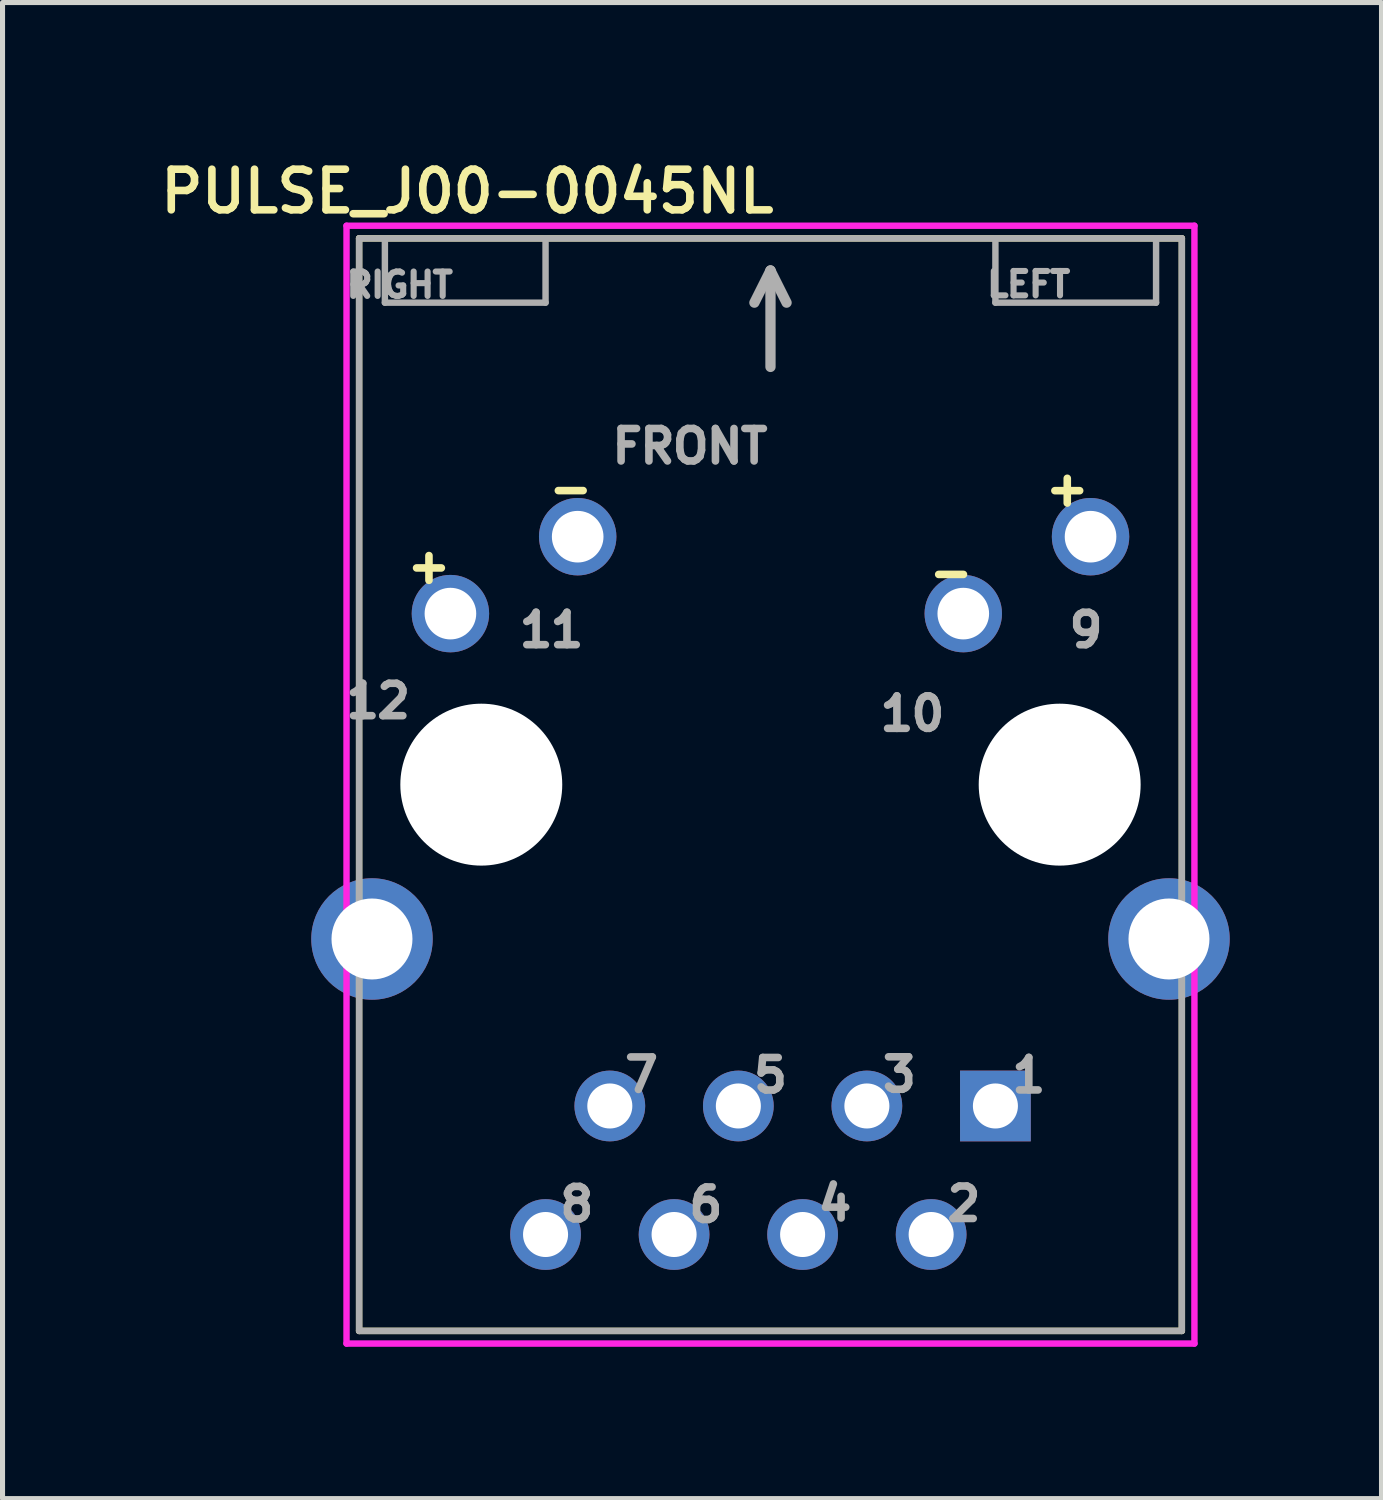
<source format=kicad_pcb>
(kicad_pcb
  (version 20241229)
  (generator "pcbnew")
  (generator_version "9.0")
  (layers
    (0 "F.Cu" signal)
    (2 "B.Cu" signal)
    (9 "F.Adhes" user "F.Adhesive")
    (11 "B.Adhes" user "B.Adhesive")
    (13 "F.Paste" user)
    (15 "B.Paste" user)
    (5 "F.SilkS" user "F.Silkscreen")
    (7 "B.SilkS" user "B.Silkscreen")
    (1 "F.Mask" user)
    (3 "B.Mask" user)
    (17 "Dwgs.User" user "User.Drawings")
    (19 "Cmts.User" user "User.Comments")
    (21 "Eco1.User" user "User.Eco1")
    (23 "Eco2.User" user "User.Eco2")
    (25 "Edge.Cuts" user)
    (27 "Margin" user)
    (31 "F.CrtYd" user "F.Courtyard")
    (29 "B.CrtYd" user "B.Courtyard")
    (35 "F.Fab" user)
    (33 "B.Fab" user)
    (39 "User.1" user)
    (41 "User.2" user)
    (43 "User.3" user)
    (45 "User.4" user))
  (footprint "PULSE_J00-0045NL"
    (layer "F.Cu")
    (at 12.176 12.456)
    (property "Reference" "PULSE_J00-0045NL" (at -5.991 -11.723 0) (layer "F.SilkS") (effects (font (size 0.803 0.803) (thickness 0.15))))
    (attr through_hole)
    (fp_line (start -8.13 -10.795) (end 8.13 -10.795) (stroke (width 0.127) (type solid)) (layer "F.SilkS"))
    (fp_line (start -8.13 10.795) (end -8.13 -10.795) (stroke (width 0.127) (type solid)) (layer "F.SilkS"))
    (fp_line (start 8.13 -10.795) (end 8.13 10.795) (stroke (width 0.127) (type solid)) (layer "F.SilkS"))
    (fp_line (start 8.13 10.795) (end -8.13 10.795) (stroke (width 0.127) (type solid)) (layer "F.SilkS"))
    (fp_line (start -8.378 -11.045) (end -8.378 11.045) (stroke (width 0.127) (type solid)) (layer "F.CrtYd"))
    (fp_line (start -8.378 11.045) (end 8.378 11.045) (stroke (width 0.127) (type solid)) (layer "F.CrtYd"))
    (fp_line (start 8.378 -11.045) (end -8.378 -11.045) (stroke (width 0.127) (type solid)) (layer "F.CrtYd"))
    (fp_line (start 8.378 11.045) (end 8.378 -11.045) (stroke (width 0.127) (type solid)) (layer "F.CrtYd"))
    (fp_line (start -8.128 -10.795) (end -8.128 10.795) (stroke (width 0.127) (type solid)) (layer "F.Fab"))
    (fp_line (start -8.128 10.795) (end 8.128 10.795) (stroke (width 0.127) (type solid)) (layer "F.Fab"))
    (fp_line (start -7.62 -10.795) (end -7.62 -9.525) (stroke (width 0.127) (type solid)) (layer "F.Fab"))
    (fp_line (start -7.62 -9.525) (end -4.445 -9.525) (stroke (width 0.127) (type solid)) (layer "F.Fab"))
    (fp_line (start -4.445 -9.525) (end -4.445 -10.795) (stroke (width 0.127) (type solid)) (layer "F.Fab"))
    (fp_line (start 0 -10.16) (end -0.318 -9.525) (stroke (width 0.203) (type solid)) (layer "F.Fab"))
    (fp_line (start 0 -10.16) (end 0 -8.255) (stroke (width 0.203) (type solid)) (layer "F.Fab"))
    (fp_line (start 0.318 -9.525) (end 0 -10.16) (stroke (width 0.203) (type solid)) (layer "F.Fab"))
    (fp_line (start 4.445 -10.795) (end 4.445 -9.525) (stroke (width 0.127) (type solid)) (layer "F.Fab"))
    (fp_line (start 4.445 -9.525) (end 7.62 -9.525) (stroke (width 0.127) (type solid)) (layer "F.Fab"))
    (fp_line (start 7.62 -9.525) (end 7.62 -10.795) (stroke (width 0.127) (type solid)) (layer "F.Fab"))
    (fp_line (start 8.128 -10.795) (end -8.128 -10.795) (stroke (width 0.127) (type solid)) (layer "F.Fab"))
    (fp_line (start 8.128 10.795) (end 8.128 -10.795) (stroke (width 0.127) (type solid)) (layer "F.Fab"))
    (fp_text user "-" (at 3.569 -4.199 0) (layer "F.SilkS") (effects (font (size 0.642 0.642) (thickness 0.15))))
    (fp_text user "-" (at -3.947 -5.856 0) (layer "F.SilkS") (effects (font (size 0.642 0.642) (thickness 0.15))))
    (fp_text user "+" (at -6.749 -4.327 0) (layer "F.SilkS") (effects (font (size 0.642 0.642) (thickness 0.15))))
    (fp_text user "+" (at 5.865 -5.854 0) (layer "F.SilkS") (effects (font (size 0.642 0.642) (thickness 0.15))))
    (fp_text user "6" (at -1.277 8.303 0) (layer "F.Fab") (effects (font (size 0.644 0.644) (thickness 0.15))))
    (fp_text user "7" (at -2.549 5.734 0) (layer "F.Fab") (effects (font (size 0.642 0.642) (thickness 0.15))))
    (fp_text user "RIGHT" (at -7.327 -9.875 0) (layer "F.Fab") (effects (font (size 0.482 0.482) (thickness 0.15))))
    (fp_text user "2" (at 3.823 8.284 0) (layer "F.Fab") (effects (font (size 0.642 0.642) (thickness 0.15))))
    (fp_text user "9" (at 6.235 -3.054 0) (layer "F.Fab") (effects (font (size 0.641 0.641) (thickness 0.15))))
    (fp_text user "10" (at 2.804 -1.402 0) (layer "F.Fab") (effects (font (size 0.642 0.642) (thickness 0.15))))
    (fp_text user "3" (at 2.547 5.731 0) (layer "F.Fab") (effects (font (size 0.642 0.642) (thickness 0.15))))
    (fp_text user "1" (at 5.105 5.743 0) (layer "F.Fab") (effects (font (size 0.643 0.643) (thickness 0.15))))
    (fp_text user "LEFT" (at 5.102 -9.886 0) (layer "F.Fab") (effects (font (size 0.482 0.482) (thickness 0.15))))
    (fp_text user "4" (at 1.273 8.274 0) (layer "F.Fab") (effects (font (size 0.642 0.642) (thickness 0.15))))
    (fp_text user "11" (at -4.327 -3.055 0) (layer "F.Fab") (effects (font (size 0.641 0.641) (thickness 0.15))))
    (fp_text user "12" (at -7.753 -1.652 0) (layer "F.Fab") (effects (font (size 0.64 0.64) (thickness 0.15))))
    (fp_text user "8" (at -3.827 8.292 0) (layer "F.Fab") (effects (font (size 0.643 0.643) (thickness 0.15))))
    (fp_text user "FRONT" (at -1.592 -6.686 0) (layer "F.Fab") (effects (font (size 0.642 0.642) (thickness 0.15))))
    (fp_text user "5" (at 0 5.745 0) (layer "F.Fab") (effects (font (size 0.643 0.643) (thickness 0.15))))
    (pad "" np_thru_hole circle (at -5.715 0) (size 3.2 3.2) (drill 3.2) (layers "*.Cu" "*.Mask"))
    (pad "" np_thru_hole circle (at 5.715 0) (size 3.2 3.2) (drill 3.2) (layers "*.Cu" "*.Mask"))
    (pad "1" thru_hole rect (at 4.445 6.35) (size 1.398 1.398) (drill 0.89) (layers "*.Cu" "*.Mask"))
    (pad "2" thru_hole circle (at 3.175 8.89) (size 1.398 1.398) (drill 0.89) (layers "*.Cu" "*.Mask"))
    (pad "3" thru_hole circle (at 1.905 6.35) (size 1.398 1.398) (drill 0.89) (layers "*.Cu" "*.Mask"))
    (pad "4" thru_hole circle (at 0.635 8.89) (size 1.398 1.398) (drill 0.89) (layers "*.Cu" "*.Mask"))
    (pad "5" thru_hole circle (at -0.635 6.35) (size 1.398 1.398) (drill 0.89) (layers "*.Cu" "*.Mask"))
    (pad "6" thru_hole circle (at -1.905 8.89) (size 1.398 1.398) (drill 0.89) (layers "*.Cu" "*.Mask"))
    (pad "7" thru_hole circle (at -3.175 6.35) (size 1.398 1.398) (drill 0.89) (layers "*.Cu" "*.Mask"))
    (pad "8" thru_hole circle (at -4.445 8.89) (size 1.398 1.398) (drill 0.89) (layers "*.Cu" "*.Mask"))
    (pad "9" thru_hole circle (at 6.325 -4.9) (size 1.53 1.53) (drill 1.02) (layers "*.Cu" "*.Mask"))
    (pad "10" thru_hole circle (at 3.81 -3.38) (size 1.53 1.53) (drill 1.02) (layers "*.Cu" "*.Mask"))
    (pad "11" thru_hole circle (at -3.81 -4.9) (size 1.53 1.53) (drill 1.02) (layers "*.Cu" "*.Mask"))
    (pad "12" thru_hole circle (at -6.325 -3.38) (size 1.53 1.53) (drill 1.02) (layers "*.Cu" "*.Mask"))
    (pad "S1" thru_hole circle (at -7.875 3.05) (size 2.4 2.4) (drill 1.6) (layers "*.Cu" "*.Mask"))
    (pad "S2" thru_hole circle (at 7.875 3.05) (size 2.4 2.4) (drill 1.6) (layers "*.Cu" "*.Mask")))
  (gr_rect
    (start -3 -3)
    (end 24.251 26.565)
    (stroke (width 0.1) (type default))
    (fill no)
    (layer "Edge.Cuts")))
</source>
